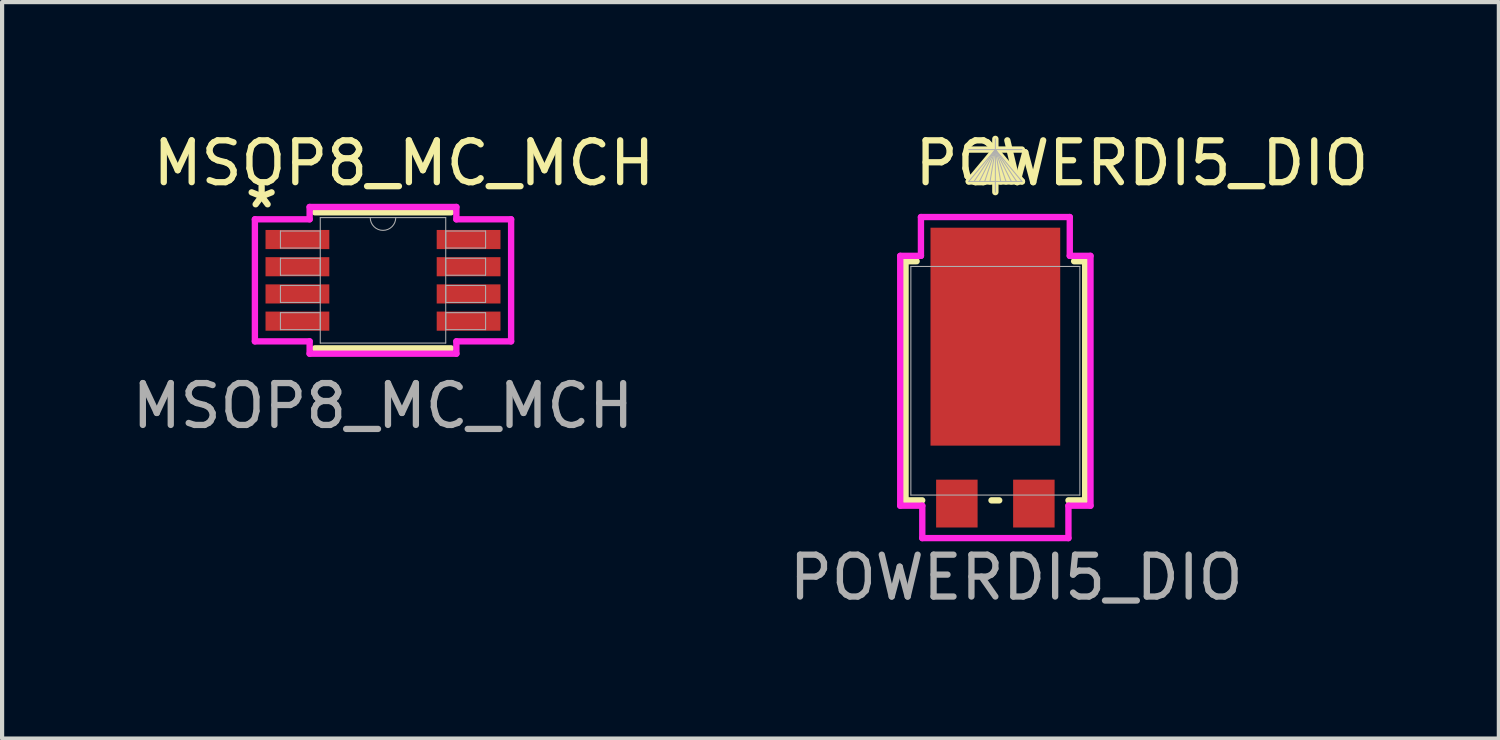
<source format=kicad_pcb>
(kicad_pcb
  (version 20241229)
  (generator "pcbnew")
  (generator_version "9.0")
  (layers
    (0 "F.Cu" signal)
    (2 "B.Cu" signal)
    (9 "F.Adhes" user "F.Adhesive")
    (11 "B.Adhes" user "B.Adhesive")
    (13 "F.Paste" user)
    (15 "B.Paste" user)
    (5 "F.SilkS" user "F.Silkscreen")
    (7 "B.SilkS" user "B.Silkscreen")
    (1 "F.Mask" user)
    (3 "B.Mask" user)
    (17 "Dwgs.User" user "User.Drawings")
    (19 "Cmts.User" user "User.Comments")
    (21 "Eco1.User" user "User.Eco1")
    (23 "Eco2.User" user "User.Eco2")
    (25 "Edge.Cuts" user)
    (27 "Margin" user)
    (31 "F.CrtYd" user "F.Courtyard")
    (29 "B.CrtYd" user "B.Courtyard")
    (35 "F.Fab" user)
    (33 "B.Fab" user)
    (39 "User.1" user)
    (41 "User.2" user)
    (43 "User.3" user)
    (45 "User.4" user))
  (footprint "POWERDI5_DIO"
    (layer "F.Cu")
    (at 20.732 6.048)
    (property "Reference" "POWERDI5_DIO" (at 3.5 -5.2 0) (unlocked yes) (layer "F.SilkS") (effects (font (size 1 1) (thickness 0.15))))
    (attr smd)
    (fp_line (start -2.146 -2.857) (end -2.146 2.857) (stroke (width 0.152) (type solid)) (layer "F.SilkS"))
    (fp_line (start -2.146 2.857) (end -1.748 2.857) (stroke (width 0.152) (type solid)) (layer "F.SilkS"))
    (fp_line (start -1.882 -2.857) (end -2.146 -2.857) (stroke (width 0.152) (type solid)) (layer "F.SilkS"))
    (fp_line (start -0.092 2.857) (end 0.092 2.857) (stroke (width 0.152) (type solid)) (layer "F.SilkS"))
    (fp_line (start 0 -5.524) (end -0.635 -4.763) (stroke (width 0.152) (type solid)) (layer "F.SilkS"))
    (fp_line (start 0 -5.524) (end -0.508 -4.763) (stroke (width 0.152) (type solid)) (layer "F.SilkS"))
    (fp_line (start 0 -5.524) (end -0.381 -4.763) (stroke (width 0.152) (type solid)) (layer "F.SilkS"))
    (fp_line (start 0 -5.524) (end -0.254 -4.763) (stroke (width 0.152) (type solid)) (layer "F.SilkS"))
    (fp_line (start 0 -5.524) (end -0.127 -4.763) (stroke (width 0.152) (type solid)) (layer "F.SilkS"))
    (fp_line (start 0 -5.524) (end 0.127 -4.763) (stroke (width 0.152) (type solid)) (layer "F.SilkS"))
    (fp_line (start 0 -5.524) (end 0.254 -4.763) (stroke (width 0.152) (type solid)) (layer "F.SilkS"))
    (fp_line (start 0 -5.524) (end 0.381 -4.763) (stroke (width 0.152) (type solid)) (layer "F.SilkS"))
    (fp_line (start 0 -5.524) (end 0.508 -4.763) (stroke (width 0.152) (type solid)) (layer "F.SilkS"))
    (fp_line (start 0 -5.524) (end 0.635 -4.763) (stroke (width 0.152) (type solid)) (layer "F.SilkS"))
    (fp_line (start 0 -4.508) (end 0 -5.779) (stroke (width 0.152) (type solid)) (layer "F.SilkS"))
    (fp_line (start 0.635 -5.524) (end -0.635 -5.524) (stroke (width 0.152) (type solid)) (layer "F.SilkS"))
    (fp_line (start 0.635 -4.763) (end -0.635 -4.763) (stroke (width 0.152) (type solid)) (layer "F.SilkS"))
    (fp_line (start 1.748 2.857) (end 2.146 2.857) (stroke (width 0.152) (type solid)) (layer "F.SilkS"))
    (fp_line (start 2.146 -2.857) (end 1.882 -2.857) (stroke (width 0.152) (type solid)) (layer "F.SilkS"))
    (fp_line (start 2.146 2.857) (end 2.146 -2.857) (stroke (width 0.152) (type solid)) (layer "F.SilkS"))
    (fp_line (start -2.273 -2.985) (end -1.778 -2.985) (stroke (width 0.152) (type solid)) (layer "F.CrtYd"))
    (fp_line (start -2.273 2.985) (end -2.273 -2.985) (stroke (width 0.152) (type solid)) (layer "F.CrtYd"))
    (fp_line (start -1.778 -3.912) (end -1.778 -2.985) (stroke (width 0.152) (type solid)) (layer "F.CrtYd"))
    (fp_line (start -1.778 -3.912) (end 1.778 -3.912) (stroke (width 0.152) (type solid)) (layer "F.CrtYd"))
    (fp_line (start -1.746 2.985) (end -2.273 2.985) (stroke (width 0.152) (type solid)) (layer "F.CrtYd"))
    (fp_line (start -1.746 2.985) (end -1.746 3.759) (stroke (width 0.152) (type solid)) (layer "F.CrtYd"))
    (fp_line (start -1.746 3.759) (end 1.746 3.759) (stroke (width 0.152) (type solid)) (layer "F.CrtYd"))
    (fp_line (start 1.746 2.985) (end 1.746 3.759) (stroke (width 0.152) (type solid)) (layer "F.CrtYd"))
    (fp_line (start 1.778 -3.912) (end 1.778 -2.985) (stroke (width 0.152) (type solid)) (layer "F.CrtYd"))
    (fp_line (start 2.273 -2.985) (end 1.778 -2.985) (stroke (width 0.152) (type solid)) (layer "F.CrtYd"))
    (fp_line (start 2.273 -2.985) (end 2.273 2.985) (stroke (width 0.152) (type solid)) (layer "F.CrtYd"))
    (fp_line (start 2.273 2.985) (end 1.746 2.985) (stroke (width 0.152) (type solid)) (layer "F.CrtYd"))
    (fp_line (start -2.019 -2.731) (end -2.019 2.731) (stroke (width 0.025) (type solid)) (layer "F.Fab"))
    (fp_line (start -2.019 2.731) (end 2.019 2.731) (stroke (width 0.025) (type solid)) (layer "F.Fab"))
    (fp_line (start 0 -5.524) (end -0.635 -4.763) (stroke (width 0.025) (type solid)) (layer "F.Fab"))
    (fp_line (start 0 -5.524) (end -0.508 -4.763) (stroke (width 0.025) (type solid)) (layer "F.Fab"))
    (fp_line (start 0 -5.524) (end -0.381 -4.763) (stroke (width 0.025) (type solid)) (layer "F.Fab"))
    (fp_line (start 0 -5.524) (end -0.254 -4.763) (stroke (width 0.025) (type solid)) (layer "F.Fab"))
    (fp_line (start 0 -5.524) (end -0.127 -4.763) (stroke (width 0.025) (type solid)) (layer "F.Fab"))
    (fp_line (start 0 -5.524) (end 0.127 -4.763) (stroke (width 0.025) (type solid)) (layer "F.Fab"))
    (fp_line (start 0 -5.524) (end 0.254 -4.763) (stroke (width 0.025) (type solid)) (layer "F.Fab"))
    (fp_line (start 0 -5.524) (end 0.381 -4.763) (stroke (width 0.025) (type solid)) (layer "F.Fab"))
    (fp_line (start 0 -5.524) (end 0.508 -4.763) (stroke (width 0.025) (type solid)) (layer "F.Fab"))
    (fp_line (start 0 -5.524) (end 0.635 -4.763) (stroke (width 0.025) (type solid)) (layer "F.Fab"))
    (fp_line (start 0 -4.508) (end 0 -5.779) (stroke (width 0.025) (type solid)) (layer "F.Fab"))
    (fp_line (start 0.635 -5.524) (end -0.635 -5.524) (stroke (width 0.025) (type solid)) (layer "F.Fab"))
    (fp_line (start 0.635 -4.763) (end -0.635 -4.763) (stroke (width 0.025) (type solid)) (layer "F.Fab"))
    (fp_line (start 2.019 -2.731) (end -2.019 -2.731) (stroke (width 0.025) (type solid)) (layer "F.Fab"))
    (fp_line (start 2.019 2.731) (end 2.019 -2.731) (stroke (width 0.025) (type solid)) (layer "F.Fab"))
    (fp_text user "${REFERENCE}" (at 0.5 4.7 0) (unlocked yes) (layer "F.Fab") (effects (font (size 1 1) (thickness 0.15))))
    (pad "1" smd rect (at 0 -1.054 90) (size 5.207 3.099) (layers "F.Cu" "F.Mask" "F.Paste"))
    (pad "2" smd rect (at -0.92 2.934 90) (size 1.143 0.991) (layers "F.Cu" "F.Mask" "F.Paste"))
    (pad "3" smd rect (at 0.92 2.934 90) (size 1.143 0.991) (layers "F.Cu" "F.Mask" "F.Paste")))
  (footprint "MSOP8_MC_MCH"
    (layer "F.Cu")
    (at 6.101 3.648)
    (property "Reference" "MSOP8_MC_MCH" (at 0.5 -2.8 0) (unlocked yes) (layer "F.SilkS") (effects (font (size 1 1) (thickness 0.15))))
    (attr smd)
    (fp_line (start -1.626 1.626) (end 1.626 1.626) (stroke (width 0.152) (type solid)) (layer "F.SilkS"))
    (fp_line (start 1.626 -1.626) (end -1.626 -1.626) (stroke (width 0.152) (type solid)) (layer "F.SilkS"))
    (fp_line (start -3.061 -1.458) (end -1.753 -1.458) (stroke (width 0.152) (type solid)) (layer "F.CrtYd"))
    (fp_line (start -3.061 1.458) (end -3.061 -1.458) (stroke (width 0.152) (type solid)) (layer "F.CrtYd"))
    (fp_line (start -3.061 1.458) (end -1.753 1.458) (stroke (width 0.152) (type solid)) (layer "F.CrtYd"))
    (fp_line (start -1.753 -1.753) (end 1.753 -1.753) (stroke (width 0.152) (type solid)) (layer "F.CrtYd"))
    (fp_line (start -1.753 -1.458) (end -1.753 -1.753) (stroke (width 0.152) (type solid)) (layer "F.CrtYd"))
    (fp_line (start -1.753 1.753) (end -1.753 1.458) (stroke (width 0.152) (type solid)) (layer "F.CrtYd"))
    (fp_line (start 1.753 -1.753) (end 1.753 -1.458) (stroke (width 0.152) (type solid)) (layer "F.CrtYd"))
    (fp_line (start 1.753 1.458) (end 1.753 1.753) (stroke (width 0.152) (type solid)) (layer "F.CrtYd"))
    (fp_line (start 1.753 1.753) (end -1.753 1.753) (stroke (width 0.152) (type solid)) (layer "F.CrtYd"))
    (fp_line (start 3.061 -1.458) (end 1.753 -1.458) (stroke (width 0.152) (type solid)) (layer "F.CrtYd"))
    (fp_line (start 3.061 -1.458) (end 3.061 1.458) (stroke (width 0.152) (type solid)) (layer "F.CrtYd"))
    (fp_line (start 3.061 1.458) (end 1.753 1.458) (stroke (width 0.152) (type solid)) (layer "F.CrtYd"))
    (fp_line (start -2.451 -1.178) (end -2.451 -0.772) (stroke (width 0.025) (type solid)) (layer "F.Fab"))
    (fp_line (start -2.451 -0.772) (end -1.499 -0.772) (stroke (width 0.025) (type solid)) (layer "F.Fab"))
    (fp_line (start -2.451 -0.528) (end -2.451 -0.122) (stroke (width 0.025) (type solid)) (layer "F.Fab"))
    (fp_line (start -2.451 -0.122) (end -1.499 -0.122) (stroke (width 0.025) (type solid)) (layer "F.Fab"))
    (fp_line (start -2.451 0.122) (end -2.451 0.528) (stroke (width 0.025) (type solid)) (layer "F.Fab"))
    (fp_line (start -2.451 0.528) (end -1.499 0.528) (stroke (width 0.025) (type solid)) (layer "F.Fab"))
    (fp_line (start -2.451 0.772) (end -2.451 1.178) (stroke (width 0.025) (type solid)) (layer "F.Fab"))
    (fp_line (start -2.451 1.178) (end -1.499 1.178) (stroke (width 0.025) (type solid)) (layer "F.Fab"))
    (fp_line (start -1.499 -1.499) (end -1.499 1.499) (stroke (width 0.025) (type solid)) (layer "F.Fab"))
    (fp_line (start -1.499 -1.178) (end -2.451 -1.178) (stroke (width 0.025) (type solid)) (layer "F.Fab"))
    (fp_line (start -1.499 -0.772) (end -1.499 -1.178) (stroke (width 0.025) (type solid)) (layer "F.Fab"))
    (fp_line (start -1.499 -0.528) (end -2.451 -0.528) (stroke (width 0.025) (type solid)) (layer "F.Fab"))
    (fp_line (start -1.499 -0.122) (end -1.499 -0.528) (stroke (width 0.025) (type solid)) (layer "F.Fab"))
    (fp_line (start -1.499 0.122) (end -2.451 0.122) (stroke (width 0.025) (type solid)) (layer "F.Fab"))
    (fp_line (start -1.499 0.528) (end -1.499 0.122) (stroke (width 0.025) (type solid)) (layer "F.Fab"))
    (fp_line (start -1.499 0.772) (end -2.451 0.772) (stroke (width 0.025) (type solid)) (layer "F.Fab"))
    (fp_line (start -1.499 1.178) (end -1.499 0.772) (stroke (width 0.025) (type solid)) (layer "F.Fab"))
    (fp_line (start -1.499 1.499) (end 1.499 1.499) (stroke (width 0.025) (type solid)) (layer "F.Fab"))
    (fp_line (start 1.499 -1.499) (end -1.499 -1.499) (stroke (width 0.025) (type solid)) (layer "F.Fab"))
    (fp_line (start 1.499 -1.178) (end 1.499 -0.772) (stroke (width 0.025) (type solid)) (layer "F.Fab"))
    (fp_line (start 1.499 -0.772) (end 2.451 -0.772) (stroke (width 0.025) (type solid)) (layer "F.Fab"))
    (fp_line (start 1.499 -0.528) (end 1.499 -0.122) (stroke (width 0.025) (type solid)) (layer "F.Fab"))
    (fp_line (start 1.499 -0.122) (end 2.451 -0.122) (stroke (width 0.025) (type solid)) (layer "F.Fab"))
    (fp_line (start 1.499 0.122) (end 1.499 0.528) (stroke (width 0.025) (type solid)) (layer "F.Fab"))
    (fp_line (start 1.499 0.528) (end 2.451 0.528) (stroke (width 0.025) (type solid)) (layer "F.Fab"))
    (fp_line (start 1.499 0.772) (end 1.499 1.178) (stroke (width 0.025) (type solid)) (layer "F.Fab"))
    (fp_line (start 1.499 1.178) (end 2.451 1.178) (stroke (width 0.025) (type solid)) (layer "F.Fab"))
    (fp_line (start 1.499 1.499) (end 1.499 -1.499) (stroke (width 0.025) (type solid)) (layer "F.Fab"))
    (fp_line (start 2.451 -1.178) (end 1.499 -1.178) (stroke (width 0.025) (type solid)) (layer "F.Fab"))
    (fp_line (start 2.451 -0.772) (end 2.451 -1.178) (stroke (width 0.025) (type solid)) (layer "F.Fab"))
    (fp_line (start 2.451 -0.528) (end 1.499 -0.528) (stroke (width 0.025) (type solid)) (layer "F.Fab"))
    (fp_line (start 2.451 -0.122) (end 2.451 -0.528) (stroke (width 0.025) (type solid)) (layer "F.Fab"))
    (fp_line (start 2.451 0.122) (end 1.499 0.122) (stroke (width 0.025) (type solid)) (layer "F.Fab"))
    (fp_line (start 2.451 0.528) (end 2.451 0.122) (stroke (width 0.025) (type solid)) (layer "F.Fab"))
    (fp_line (start 2.451 0.772) (end 1.499 0.772) (stroke (width 0.025) (type solid)) (layer "F.Fab"))
    (fp_line (start 2.451 1.178) (end 2.451 0.772) (stroke (width 0.025) (type solid)) (layer "F.Fab"))
    (fp_arc (start 0.3048 -1.4986) (mid 0 -1.1938) (end -0.3048 -1.4986) (stroke (width 0.0254) (type solid)) (layer "F.Fab"))
    (fp_text user "*" (at -2.9 -1.7 0) (layer "F.SilkS") (effects (font (size 1 1) (thickness 0.15))))
    (fp_text user "${REFERENCE}" (at 0 3 0) (unlocked yes) (layer "F.Fab") (effects (font (size 1 1) (thickness 0.15))))
    (pad "1" smd rect (at -2.045 -0.975) (size 1.524 0.457) (layers "F.Cu" "F.Mask" "F.Paste"))
    (pad "2" smd rect (at -2.045 -0.325) (size 1.524 0.457) (layers "F.Cu" "F.Mask" "F.Paste"))
    (pad "3" smd rect (at -2.045 0.325) (size 1.524 0.457) (layers "F.Cu" "F.Mask" "F.Paste"))
    (pad "4" smd rect (at -2.045 0.975) (size 1.524 0.457) (layers "F.Cu" "F.Mask" "F.Paste"))
    (pad "5" smd rect (at 2.045 0.975) (size 1.524 0.457) (layers "F.Cu" "F.Mask" "F.Paste"))
    (pad "6" smd rect (at 2.045 0.325) (size 1.524 0.457) (layers "F.Cu" "F.Mask" "F.Paste"))
    (pad "7" smd rect (at 2.045 -0.325) (size 1.524 0.457) (layers "F.Cu" "F.Mask" "F.Paste"))
    (pad "8" smd rect (at 2.045 -0.975) (size 1.524 0.457) (layers "F.Cu" "F.Mask" "F.Paste")))
  (gr_rect
    (start -3 -3)
    (end 32.762 14.597)
    (stroke (width 0.1) (type default))
    (fill no)
    (layer "Edge.Cuts")))
</source>
